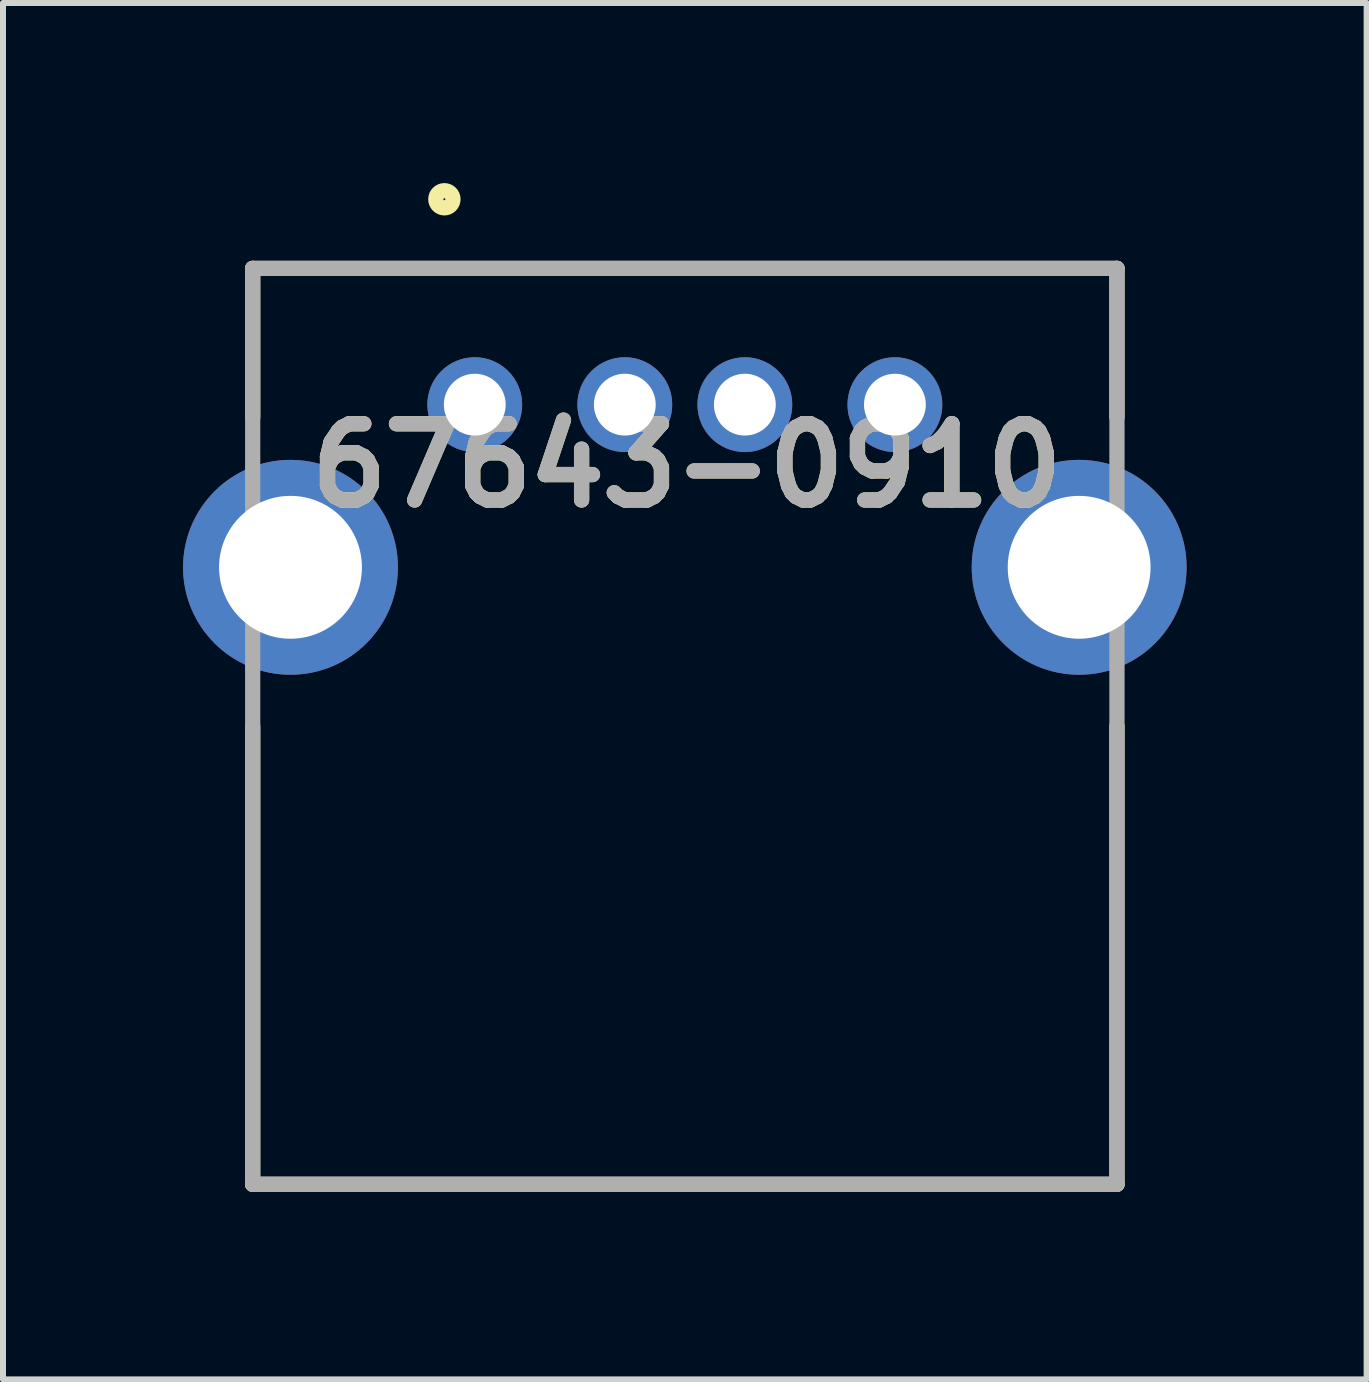
<source format=kicad_pcb>
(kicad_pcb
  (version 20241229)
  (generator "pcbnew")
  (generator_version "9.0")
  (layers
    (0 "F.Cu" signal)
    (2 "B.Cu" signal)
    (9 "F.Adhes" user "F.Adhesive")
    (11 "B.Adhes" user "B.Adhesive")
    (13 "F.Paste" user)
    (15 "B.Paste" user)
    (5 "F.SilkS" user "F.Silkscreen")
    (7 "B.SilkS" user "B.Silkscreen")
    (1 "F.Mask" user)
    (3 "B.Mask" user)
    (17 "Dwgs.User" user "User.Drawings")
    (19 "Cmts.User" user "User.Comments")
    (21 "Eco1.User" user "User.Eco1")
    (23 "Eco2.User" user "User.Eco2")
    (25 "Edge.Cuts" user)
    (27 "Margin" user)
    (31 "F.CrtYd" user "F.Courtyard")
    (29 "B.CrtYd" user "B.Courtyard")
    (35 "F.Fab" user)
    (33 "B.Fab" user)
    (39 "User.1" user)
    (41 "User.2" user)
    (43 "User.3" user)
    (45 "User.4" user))
  (footprint "67643-0910"
    (layer "F.Cu")
    (at 1.16 16.682)
    (property "Reference" "67643-0910" (at 7.234 -11.976 0) (layer "F.SilkS") (effects (font (size 1.27 1.27) (thickness 0.254))))
    (attr through_hole)
    (fp_line (start 0 -15.26) (end 0 -12.782) (stroke (width 0.254) (type solid)) (layer "F.SilkS"))
    (fp_line (start 0 -15.26) (end 14.4 -15.26) (stroke (width 0.254) (type solid)) (layer "F.SilkS"))
    (fp_line (start 0 0) (end 0 -7.63) (stroke (width 0.254) (type solid)) (layer "F.SilkS"))
    (fp_line (start 0 0) (end 14.4 0) (stroke (width 0.254) (type solid)) (layer "F.SilkS"))
    (fp_line (start 14.4 -15.26) (end 14.4 -12.782) (stroke (width 0.254) (type solid)) (layer "F.SilkS"))
    (fp_line (start 14.4 0) (end 14.4 -7.63) (stroke (width 0.254) (type solid)) (layer "F.SilkS"))
    (fp_circle (center 3.194 -16.412) (end 3.194 -16.269) (stroke (width 0.254) (type solid)) (fill no) (layer "F.SilkS"))
    (fp_line (start 0 -15.26) (end 14.4 -15.26) (stroke (width 0.254) (type solid)) (layer "F.Fab"))
    (fp_line (start 0 0) (end 0 -15.26) (stroke (width 0.254) (type solid)) (layer "F.Fab"))
    (fp_line (start 14.4 -15.26) (end 14.4 0) (stroke (width 0.254) (type solid)) (layer "F.Fab"))
    (fp_line (start 14.4 0) (end 0 0) (stroke (width 0.254) (type solid)) (layer "F.Fab"))
    (fp_text user "${REFERENCE}" (at 7.234 -11.976 0) (layer "F.Fab") (effects (font (size 1.27 1.27) (thickness 0.254))))
    (pad "1" thru_hole circle (at 3.7 -12.99) (size 1.58 1.58) (drill 1.03) (layers "*.Cu" "*.Mask"))
    (pad "2" thru_hole circle (at 6.2 -12.99) (size 1.58 1.58) (drill 1.03) (layers "*.Cu" "*.Mask"))
    (pad "3" thru_hole circle (at 8.2 -12.99) (size 1.58 1.58) (drill 1.03) (layers "*.Cu" "*.Mask"))
    (pad "4" thru_hole circle (at 10.7 -12.99) (size 1.58 1.58) (drill 1.03) (layers "*.Cu" "*.Mask"))
    (pad "5" thru_hole circle (at 0.63 -10.28) (size 3.58 3.58) (drill 2.38) (layers "*.Cu" "*.Mask"))
    (pad "6" thru_hole circle (at 13.77 -10.28) (size 3.58 3.58) (drill 2.38) (layers "*.Cu" "*.Mask")))
  (gr_rect
    (start -3 -3)
    (end 19.72 19.932)
    (stroke (width 0.1) (type default))
    (fill no)
    (layer "Edge.Cuts")))
</source>
